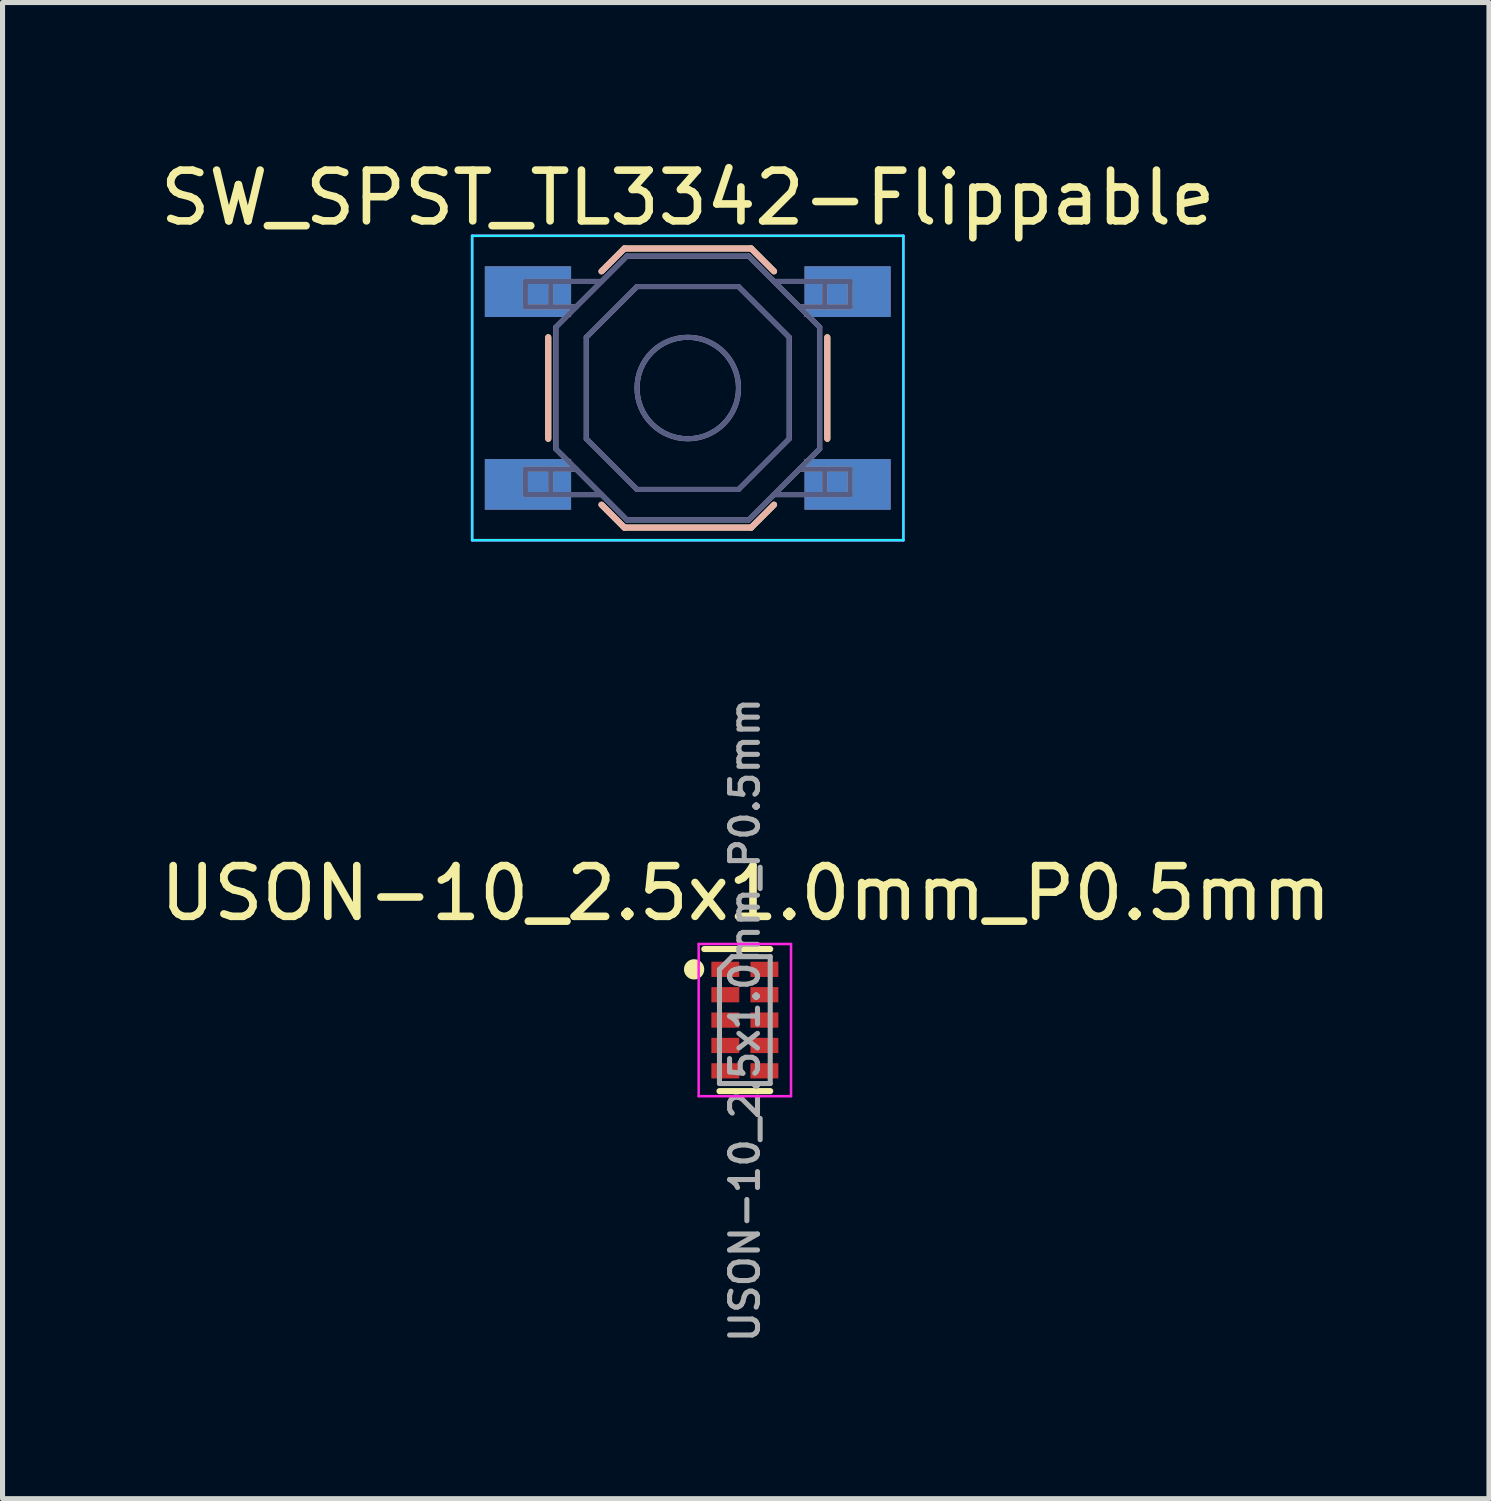
<source format=kicad_pcb>
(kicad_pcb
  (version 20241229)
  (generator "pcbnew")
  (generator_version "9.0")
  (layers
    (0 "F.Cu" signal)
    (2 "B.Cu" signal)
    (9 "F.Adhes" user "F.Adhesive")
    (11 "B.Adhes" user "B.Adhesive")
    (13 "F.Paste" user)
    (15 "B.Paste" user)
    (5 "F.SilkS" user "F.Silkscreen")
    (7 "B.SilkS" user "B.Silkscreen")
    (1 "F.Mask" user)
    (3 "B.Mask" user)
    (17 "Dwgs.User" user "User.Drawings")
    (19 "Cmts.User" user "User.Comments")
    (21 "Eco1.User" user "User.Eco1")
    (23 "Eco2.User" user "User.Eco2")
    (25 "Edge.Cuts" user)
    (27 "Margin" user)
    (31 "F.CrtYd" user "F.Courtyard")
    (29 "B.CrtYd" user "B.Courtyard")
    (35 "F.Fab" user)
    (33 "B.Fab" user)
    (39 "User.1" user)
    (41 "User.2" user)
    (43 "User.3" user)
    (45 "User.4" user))
  (footprint "SW_SPST_TL3342-Flippable"
    (layer "F.Cu")
    (at 10.506 4.598)
    (property "Reference" "SW_SPST_TL3342-Flippable" (at 0 -3.75 0) (layer "F.SilkS") (effects (font (size 1 1) (thickness 0.15))))
    (attr smd)
    (fp_line (start -2.75 -1) (end -2.75 1) (stroke (width 0.12) (type solid)) (layer "F.SilkS"))
    (fp_line (start -1.7 -2.3) (end -1.25 -2.75) (stroke (width 0.12) (type solid)) (layer "F.SilkS"))
    (fp_line (start -1.7 2.3) (end -1.25 2.75) (stroke (width 0.12) (type solid)) (layer "F.SilkS"))
    (fp_line (start -1.25 -2.75) (end 1.25 -2.75) (stroke (width 0.12) (type solid)) (layer "F.SilkS"))
    (fp_line (start -1.25 2.75) (end 1.25 2.75) (stroke (width 0.12) (type solid)) (layer "F.SilkS"))
    (fp_line (start 1.7 -2.3) (end 1.25 -2.75) (stroke (width 0.12) (type solid)) (layer "F.SilkS"))
    (fp_line (start 1.7 2.3) (end 1.25 2.75) (stroke (width 0.12) (type solid)) (layer "F.SilkS"))
    (fp_line (start 2.75 -1) (end 2.75 1) (stroke (width 0.12) (type solid)) (layer "F.SilkS"))
    (fp_line (start -2.75 -1) (end -2.75 1) (stroke (width 0.12) (type solid)) (layer "B.SilkS"))
    (fp_line (start -1.7 -2.3) (end -1.25 -2.75) (stroke (width 0.12) (type solid)) (layer "B.SilkS"))
    (fp_line (start -1.7 2.3) (end -1.25 2.75) (stroke (width 0.12) (type solid)) (layer "B.SilkS"))
    (fp_line (start 1.25 -2.75) (end -1.25 -2.75) (stroke (width 0.12) (type solid)) (layer "B.SilkS"))
    (fp_line (start 1.25 2.75) (end -1.25 2.75) (stroke (width 0.12) (type solid)) (layer "B.SilkS"))
    (fp_line (start 1.7 -2.3) (end 1.25 -2.75) (stroke (width 0.12) (type solid)) (layer "B.SilkS"))
    (fp_line (start 1.7 2.3) (end 1.25 2.75) (stroke (width 0.12) (type solid)) (layer "B.SilkS"))
    (fp_line (start 2.75 -1) (end 2.75 1) (stroke (width 0.12) (type solid)) (layer "B.SilkS"))
    (fp_line (start -4.25 -3) (end -4.25 3) (stroke (width 0.05) (type solid)) (layer "B.CrtYd"))
    (fp_line (start -4.25 3) (end 4.25 3) (stroke (width 0.05) (type solid)) (layer "B.CrtYd"))
    (fp_line (start 4.25 -3) (end -4.25 -3) (stroke (width 0.05) (type solid)) (layer "B.CrtYd"))
    (fp_line (start 4.25 3) (end 4.25 -3) (stroke (width 0.05) (type solid)) (layer "B.CrtYd"))
    (fp_line (start -4.25 -3) (end 4.25 -3) (stroke (width 0.05) (type solid)) (layer "F.CrtYd"))
    (fp_line (start -4.25 3) (end -4.25 -3) (stroke (width 0.05) (type solid)) (layer "F.CrtYd"))
    (fp_line (start 4.25 -3) (end 4.25 3) (stroke (width 0.05) (type solid)) (layer "F.CrtYd"))
    (fp_line (start 4.25 3) (end -4.25 3) (stroke (width 0.05) (type solid)) (layer "F.CrtYd"))
    (fp_line (start -3.2 -2.1) (end -3.2 -1.6) (stroke (width 0.1) (type solid)) (layer "B.Fab"))
    (fp_line (start -3.2 -1.6) (end -2.2 -1.6) (stroke (width 0.1) (type solid)) (layer "B.Fab"))
    (fp_line (start -3.2 1.6) (end -2.2 1.6) (stroke (width 0.1) (type solid)) (layer "B.Fab"))
    (fp_line (start -3.2 2.1) (end -3.2 1.6) (stroke (width 0.1) (type solid)) (layer "B.Fab"))
    (fp_line (start -2.7 -2.1) (end -2.7 -1.6) (stroke (width 0.1) (type solid)) (layer "B.Fab"))
    (fp_line (start -2.7 2.1) (end -2.7 1.6) (stroke (width 0.1) (type solid)) (layer "B.Fab"))
    (fp_line (start -2.6 -1.2) (end -1.2 -2.6) (stroke (width 0.1) (type solid)) (layer "B.Fab"))
    (fp_line (start -2.6 1.2) (end -2.6 -1.2) (stroke (width 0.1) (type solid)) (layer "B.Fab"))
    (fp_line (start -2 -1) (end -2 1) (stroke (width 0.1) (type solid)) (layer "B.Fab"))
    (fp_line (start -2 1) (end -1 2) (stroke (width 0.1) (type solid)) (layer "B.Fab"))
    (fp_line (start -1.7 -2.1) (end -3.2 -2.1) (stroke (width 0.1) (type solid)) (layer "B.Fab"))
    (fp_line (start -1.7 2.1) (end -3.2 2.1) (stroke (width 0.1) (type solid)) (layer "B.Fab"))
    (fp_line (start -1.2 -2.6) (end 1.2 -2.6) (stroke (width 0.1) (type solid)) (layer "B.Fab"))
    (fp_line (start -1.2 2.6) (end -2.6 1.2) (stroke (width 0.1) (type solid)) (layer "B.Fab"))
    (fp_line (start -1 -2) (end -2 -1) (stroke (width 0.1) (type solid)) (layer "B.Fab"))
    (fp_line (start -1 2) (end 1 2) (stroke (width 0.1) (type solid)) (layer "B.Fab"))
    (fp_line (start 1 -2) (end -1 -2) (stroke (width 0.1) (type solid)) (layer "B.Fab"))
    (fp_line (start 1 2) (end 2 1) (stroke (width 0.1) (type solid)) (layer "B.Fab"))
    (fp_line (start 1.2 -2.6) (end 2.6 -1.2) (stroke (width 0.1) (type solid)) (layer "B.Fab"))
    (fp_line (start 1.2 2.6) (end -1.2 2.6) (stroke (width 0.1) (type solid)) (layer "B.Fab"))
    (fp_line (start 1.7 -2.1) (end 3.2 -2.1) (stroke (width 0.1) (type solid)) (layer "B.Fab"))
    (fp_line (start 1.7 2.1) (end 3.2 2.1) (stroke (width 0.1) (type solid)) (layer "B.Fab"))
    (fp_line (start 2 -1) (end 1 -2) (stroke (width 0.1) (type solid)) (layer "B.Fab"))
    (fp_line (start 2 1) (end 2 -1) (stroke (width 0.1) (type solid)) (layer "B.Fab"))
    (fp_line (start 2.6 -1.2) (end 2.6 1.2) (stroke (width 0.1) (type solid)) (layer "B.Fab"))
    (fp_line (start 2.6 1.2) (end 1.2 2.6) (stroke (width 0.1) (type solid)) (layer "B.Fab"))
    (fp_line (start 2.7 -2.1) (end 2.7 -1.6) (stroke (width 0.1) (type solid)) (layer "B.Fab"))
    (fp_line (start 2.7 2.1) (end 2.7 1.6) (stroke (width 0.1) (type solid)) (layer "B.Fab"))
    (fp_line (start 3.2 -2.1) (end 3.2 -1.6) (stroke (width 0.1) (type solid)) (layer "B.Fab"))
    (fp_line (start 3.2 -1.6) (end 2.2 -1.6) (stroke (width 0.1) (type solid)) (layer "B.Fab"))
    (fp_line (start 3.2 1.6) (end 2.2 1.6) (stroke (width 0.1) (type solid)) (layer "B.Fab"))
    (fp_line (start 3.2 2.1) (end 3.2 1.6) (stroke (width 0.1) (type solid)) (layer "B.Fab"))
    (fp_circle (center 0 0) (end -1 0) (stroke (width 0.1) (type solid)) (fill no) (layer "B.Fab"))
    (fp_line (start -3.2 -2.1) (end -3.2 -1.6) (stroke (width 0.1) (type solid)) (layer "F.Fab"))
    (fp_line (start -3.2 -1.6) (end -2.2 -1.6) (stroke (width 0.1) (type solid)) (layer "F.Fab"))
    (fp_line (start -3.2 1.6) (end -2.2 1.6) (stroke (width 0.1) (type solid)) (layer "F.Fab"))
    (fp_line (start -3.2 2.1) (end -3.2 1.6) (stroke (width 0.1) (type solid)) (layer "F.Fab"))
    (fp_line (start -2.7 -2.1) (end -2.7 -1.6) (stroke (width 0.1) (type solid)) (layer "F.Fab"))
    (fp_line (start -2.7 2.1) (end -2.7 1.6) (stroke (width 0.1) (type solid)) (layer "F.Fab"))
    (fp_line (start -2.6 -1.2) (end -2.6 1.2) (stroke (width 0.1) (type solid)) (layer "F.Fab"))
    (fp_line (start -2.6 1.2) (end -1.2 2.6) (stroke (width 0.1) (type solid)) (layer "F.Fab"))
    (fp_line (start -2 -1) (end -1 -2) (stroke (width 0.1) (type solid)) (layer "F.Fab"))
    (fp_line (start -2 1) (end -2 -1) (stroke (width 0.1) (type solid)) (layer "F.Fab"))
    (fp_line (start -1.7 -2.1) (end -3.2 -2.1) (stroke (width 0.1) (type solid)) (layer "F.Fab"))
    (fp_line (start -1.7 2.1) (end -3.2 2.1) (stroke (width 0.1) (type solid)) (layer "F.Fab"))
    (fp_line (start -1.2 -2.6) (end -2.6 -1.2) (stroke (width 0.1) (type solid)) (layer "F.Fab"))
    (fp_line (start -1.2 2.6) (end 1.2 2.6) (stroke (width 0.1) (type solid)) (layer "F.Fab"))
    (fp_line (start -1 -2) (end 1 -2) (stroke (width 0.1) (type solid)) (layer "F.Fab"))
    (fp_line (start -1 2) (end -2 1) (stroke (width 0.1) (type solid)) (layer "F.Fab"))
    (fp_line (start 1 -2) (end 2 -1) (stroke (width 0.1) (type solid)) (layer "F.Fab"))
    (fp_line (start 1 2) (end -1 2) (stroke (width 0.1) (type solid)) (layer "F.Fab"))
    (fp_line (start 1.2 -2.6) (end -1.2 -2.6) (stroke (width 0.1) (type solid)) (layer "F.Fab"))
    (fp_line (start 1.2 2.6) (end 2.6 1.2) (stroke (width 0.1) (type solid)) (layer "F.Fab"))
    (fp_line (start 1.7 -2.1) (end 3.2 -2.1) (stroke (width 0.1) (type solid)) (layer "F.Fab"))
    (fp_line (start 1.7 2.1) (end 3.2 2.1) (stroke (width 0.1) (type solid)) (layer "F.Fab"))
    (fp_line (start 2 -1) (end 2 1) (stroke (width 0.1) (type solid)) (layer "F.Fab"))
    (fp_line (start 2 1) (end 1 2) (stroke (width 0.1) (type solid)) (layer "F.Fab"))
    (fp_line (start 2.6 -1.2) (end 1.2 -2.6) (stroke (width 0.1) (type solid)) (layer "F.Fab"))
    (fp_line (start 2.6 1.2) (end 2.6 -1.2) (stroke (width 0.1) (type solid)) (layer "F.Fab"))
    (fp_line (start 2.7 -2.1) (end 2.7 -1.6) (stroke (width 0.1) (type solid)) (layer "F.Fab"))
    (fp_line (start 2.7 2.1) (end 2.7 1.6) (stroke (width 0.1) (type solid)) (layer "F.Fab"))
    (fp_line (start 3.2 -2.1) (end 3.2 -1.6) (stroke (width 0.1) (type solid)) (layer "F.Fab"))
    (fp_line (start 3.2 -1.6) (end 2.2 -1.6) (stroke (width 0.1) (type solid)) (layer "F.Fab"))
    (fp_line (start 3.2 1.6) (end 2.2 1.6) (stroke (width 0.1) (type solid)) (layer "F.Fab"))
    (fp_line (start 3.2 2.1) (end 3.2 1.6) (stroke (width 0.1) (type solid)) (layer "F.Fab"))
    (fp_circle (center 0 0) (end 1 0) (stroke (width 0.1) (type solid)) (fill no) (layer "F.Fab"))
    (pad "1" smd rect (at -3.15 -1.9) (size 1.7 1) (layers "F.Cu" "F.Mask" "F.Paste"))
    (pad "1" smd rect (at -3.15 -1.9) (size 1.7 1) (layers "B.Cu" "B.Mask" "B.Paste"))
    (pad "1" smd rect (at 3.15 -1.9) (size 1.7 1) (layers "F.Cu" "F.Mask" "F.Paste"))
    (pad "1" smd rect (at 3.15 -1.9) (size 1.7 1) (layers "B.Cu" "B.Mask" "B.Paste"))
    (pad "2" smd rect (at -3.15 1.9) (size 1.7 1) (layers "F.Cu" "F.Mask" "F.Paste"))
    (pad "2" smd rect (at -3.15 1.9) (size 1.7 1) (layers "B.Cu" "B.Mask" "B.Paste"))
    (pad "2" smd rect (at 3.15 1.9) (size 1.7 1) (layers "F.Cu" "F.Mask" "F.Paste"))
    (pad "2" smd rect (at 3.15 1.9) (size 1.7 1) (layers "B.Cu" "B.Mask" "B.Paste")))
  (footprint "USON-10_2.5x1.0mm_P0.5mm"
    (layer "F.Cu")
    (at 11.631 17.056)
    (property "Reference" "USON-10_2.5x1.0mm_P0.5mm" (at 0.018 -2.5 0) (layer "F.SilkS") (effects (font (size 1 1) (thickness 0.15))))
    (attr smd)
    (fp_line (start 0.5 -1.4) (end -0.8 -1.4) (stroke (width 0.12) (type solid)) (layer "F.SilkS"))
    (fp_line (start 0.5 1.4) (end -0.5 1.4) (stroke (width 0.12) (type solid)) (layer "F.SilkS"))
    (fp_circle (center -1 -1) (end -0.9 -1) (stroke (width 0.2) (type solid)) (fill no) (layer "F.SilkS"))
    (fp_line (start -0.91 -1.5) (end 0.91 -1.5) (stroke (width 0.05) (type solid)) (layer "F.CrtYd"))
    (fp_line (start -0.91 1.5) (end -0.91 -1.5) (stroke (width 0.05) (type solid)) (layer "F.CrtYd"))
    (fp_line (start 0.91 -1.5) (end 0.91 1.5) (stroke (width 0.05) (type solid)) (layer "F.CrtYd"))
    (fp_line (start 0.91 1.5) (end -0.91 1.5) (stroke (width 0.05) (type solid)) (layer "F.CrtYd"))
    (fp_line (start -0.5 -1) (end -0.5 1.25) (stroke (width 0.1) (type solid)) (layer "F.Fab"))
    (fp_line (start -0.5 1.25) (end 0.5 1.25) (stroke (width 0.1) (type solid)) (layer "F.Fab"))
    (fp_line (start -0.25 -1.25) (end -0.5 -1) (stroke (width 0.1) (type solid)) (layer "F.Fab"))
    (fp_line (start 0.5 -1.25) (end -0.25 -1.25) (stroke (width 0.1) (type solid)) (layer "F.Fab"))
    (fp_line (start 0.5 -1.25) (end 0.5 1.25) (stroke (width 0.1) (type solid)) (layer "F.Fab"))
    (fp_text user "${REFERENCE}" (at 0 0 90) (layer "F.Fab") (effects (font (size 0.55 0.55) (thickness 0.1))))
    (pad "1" smd rect (at -0.385 -1 270) (size 0.3 0.55) (layers "F.Cu" "F.Mask" "F.Paste"))
    (pad "2" smd rect (at -0.385 -0.5 270) (size 0.3 0.55) (layers "F.Cu" "F.Mask" "F.Paste"))
    (pad "3" smd rect (at -0.385 0 270) (size 0.3 0.55) (layers "F.Cu" "F.Mask" "F.Paste"))
    (pad "4" smd rect (at -0.385 0.5 270) (size 0.3 0.55) (layers "F.Cu" "F.Mask" "F.Paste"))
    (pad "5" smd rect (at -0.385 1 270) (size 0.3 0.55) (layers "F.Cu" "F.Mask" "F.Paste"))
    (pad "6" smd rect (at 0.385 1 270) (size 0.3 0.55) (layers "F.Cu" "F.Mask" "F.Paste"))
    (pad "7" smd rect (at 0.385 0.5 270) (size 0.3 0.55) (layers "F.Cu" "F.Mask" "F.Paste"))
    (pad "8" smd rect (at 0.385 0 270) (size 0.3 0.55) (layers "F.Cu" "F.Mask" "F.Paste"))
    (pad "9" smd rect (at 0.385 -0.5 270) (size 0.3 0.55) (layers "F.Cu" "F.Mask" "F.Paste"))
    (pad "10" smd rect (at 0.385 -1 270) (size 0.3 0.55) (layers "F.Cu" "F.Mask" "F.Paste")))
  (gr_rect
    (start -3 -3)
    (end 26.298 26.489)
    (stroke (width 0.1) (type default))
    (fill no)
    (layer "Edge.Cuts")))
</source>
